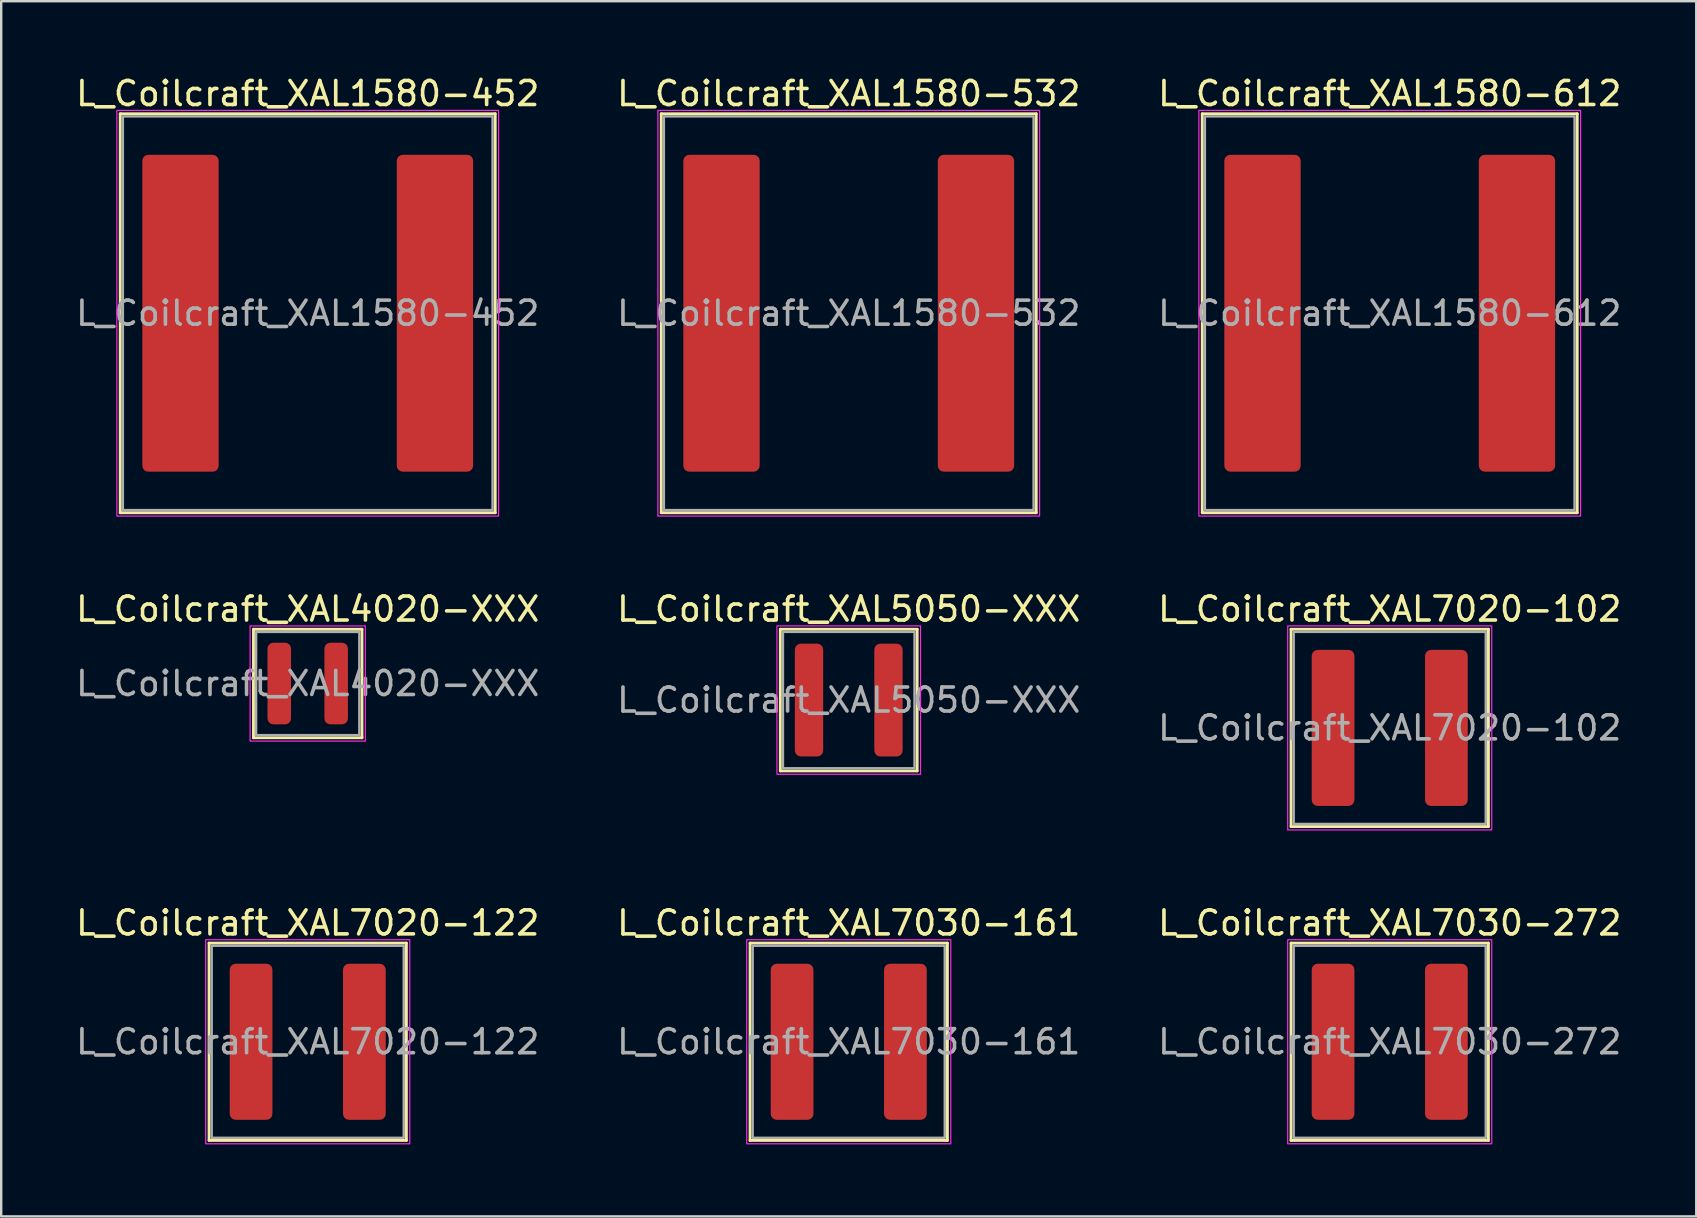
<source format=kicad_pcb>
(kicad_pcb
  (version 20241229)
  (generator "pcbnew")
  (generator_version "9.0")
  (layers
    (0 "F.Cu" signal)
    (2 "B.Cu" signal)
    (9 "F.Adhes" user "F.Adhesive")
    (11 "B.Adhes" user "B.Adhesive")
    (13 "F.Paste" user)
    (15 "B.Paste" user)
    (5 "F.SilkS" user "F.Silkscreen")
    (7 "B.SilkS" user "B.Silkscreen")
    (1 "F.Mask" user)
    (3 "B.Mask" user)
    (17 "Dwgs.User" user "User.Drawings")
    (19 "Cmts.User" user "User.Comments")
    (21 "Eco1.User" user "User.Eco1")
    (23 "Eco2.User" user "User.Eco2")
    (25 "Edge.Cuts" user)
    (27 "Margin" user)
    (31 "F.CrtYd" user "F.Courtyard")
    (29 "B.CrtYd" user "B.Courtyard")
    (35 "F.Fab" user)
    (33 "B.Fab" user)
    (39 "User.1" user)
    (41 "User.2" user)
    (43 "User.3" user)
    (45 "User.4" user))
  (footprint "L_Coilcraft_XAL7020-122"
    (layer "F.Cu")
    (at 9.768 40.345)
    (property "Reference" "L_Coilcraft_XAL7020-122" (at 0 -4.95 0) (layer "F.SilkS") (effects (font (size 1 1) (thickness 0.15))))
    (attr smd)
    (fp_line (start -4.11 -4.11) (end 4.11 -4.11) (stroke (width 0.12) (type solid)) (layer "F.SilkS"))
    (fp_line (start -4.11 4.11) (end -4.11 -4.11) (stroke (width 0.12) (type solid)) (layer "F.SilkS"))
    (fp_line (start 4.11 -4.11) (end 4.11 4.11) (stroke (width 0.12) (type solid)) (layer "F.SilkS"))
    (fp_line (start 4.11 4.11) (end -4.11 4.11) (stroke (width 0.12) (type solid)) (layer "F.SilkS"))
    (fp_rect (start -4.25 -4.25) (end 4.25 4.25) (stroke (width 0.05) (type solid)) (fill no) (layer "F.CrtYd"))
    (fp_rect (start -4 -4) (end 4 4) (stroke (width 0.1) (type solid)) (fill no) (layer "F.Fab"))
    (fp_text user "${REFERENCE}" (at 0 0 0) (layer "F.Fab") (effects (font (size 1 1) (thickness 0.15))))
    (pad "1" smd roundrect (at -2.36 0) (size 1.78 6.5) (layers "F.Cu" "F.Mask" "F.Paste") (roundrect_rratio 0.14))
    (pad "2" smd roundrect (at 2.36 0) (size 1.78 6.5) (layers "F.Cu" "F.Mask" "F.Paste") (roundrect_rratio 0.14)))
  (footprint "L_Coilcraft_XAL4020-XXX"
    (layer "F.Cu")
    (at 9.768 25.422)
    (property "Reference" "L_Coilcraft_XAL4020-XXX" (at 0 -3.1 0) (layer "F.SilkS") (effects (font (size 1 1) (thickness 0.15))))
    (attr smd)
    (fp_line (start -2.26 -2.26) (end 2.26 -2.26) (stroke (width 0.12) (type solid)) (layer "F.SilkS"))
    (fp_line (start -2.26 2.26) (end -2.26 -2.26) (stroke (width 0.12) (type solid)) (layer "F.SilkS"))
    (fp_line (start 2.26 -2.26) (end 2.26 2.26) (stroke (width 0.12) (type solid)) (layer "F.SilkS"))
    (fp_line (start 2.26 2.26) (end -2.26 2.26) (stroke (width 0.12) (type solid)) (layer "F.SilkS"))
    (fp_rect (start -2.4 -2.4) (end 2.4 2.4) (stroke (width 0.05) (type solid)) (fill no) (layer "F.CrtYd"))
    (fp_rect (start -2.15 -2.15) (end 2.15 2.15) (stroke (width 0.1) (type solid)) (fill no) (layer "F.Fab"))
    (fp_text user "${REFERENCE}" (at 0 0 0) (layer "F.Fab") (effects (font (size 1 1) (thickness 0.15))))
    (pad "1" smd roundrect (at -1.185 0) (size 0.98 3.4) (layers "F.Cu" "F.Mask" "F.Paste") (roundrect_rratio 0.25))
    (pad "2" smd roundrect (at 1.185 0) (size 0.98 3.4) (layers "F.Cu" "F.Mask" "F.Paste") (roundrect_rratio 0.25)))
  (footprint "L_Coilcraft_XAL1580-532"
    (layer "F.Cu")
    (at 32.304 9.998)
    (property "Reference" "L_Coilcraft_XAL1580-532" (at 0 -9.15 0) (layer "F.SilkS") (effects (font (size 1 1) (thickness 0.15))))
    (attr smd)
    (fp_line (start -7.81 -8.31) (end 7.81 -8.31) (stroke (width 0.12) (type solid)) (layer "F.SilkS"))
    (fp_line (start -7.81 8.31) (end -7.81 -8.31) (stroke (width 0.12) (type solid)) (layer "F.SilkS"))
    (fp_line (start 7.81 -8.31) (end 7.81 8.31) (stroke (width 0.12) (type solid)) (layer "F.SilkS"))
    (fp_line (start 7.81 8.31) (end -7.81 8.31) (stroke (width 0.12) (type solid)) (layer "F.SilkS"))
    (fp_rect (start -7.95 -8.45) (end 7.95 8.45) (stroke (width 0.05) (type solid)) (fill no) (layer "F.CrtYd"))
    (fp_rect (start -7.7 -8.2) (end 7.7 8.2) (stroke (width 0.1) (type solid)) (fill no) (layer "F.Fab"))
    (fp_text user "${REFERENCE}" (at 0 0 0) (layer "F.Fab") (effects (font (size 1 1) (thickness 0.15))))
    (pad "1" smd roundrect (at -5.3 0) (size 3.18 13.2) (layers "F.Cu" "F.Mask" "F.Paste") (roundrect_rratio 0.079))
    (pad "2" smd roundrect (at 5.3 0) (size 3.18 13.2) (layers "F.Cu" "F.Mask" "F.Paste") (roundrect_rratio 0.079)))
  (footprint "L_Coilcraft_XAL1580-452"
    (layer "F.Cu")
    (at 9.768 9.998)
    (property "Reference" "L_Coilcraft_XAL1580-452" (at 0 -9.15 0) (layer "F.SilkS") (effects (font (size 1 1) (thickness 0.15))))
    (attr smd)
    (fp_line (start -7.81 -8.31) (end 7.81 -8.31) (stroke (width 0.12) (type solid)) (layer "F.SilkS"))
    (fp_line (start -7.81 8.31) (end -7.81 -8.31) (stroke (width 0.12) (type solid)) (layer "F.SilkS"))
    (fp_line (start 7.81 -8.31) (end 7.81 8.31) (stroke (width 0.12) (type solid)) (layer "F.SilkS"))
    (fp_line (start 7.81 8.31) (end -7.81 8.31) (stroke (width 0.12) (type solid)) (layer "F.SilkS"))
    (fp_rect (start -7.95 -8.45) (end 7.95 8.45) (stroke (width 0.05) (type solid)) (fill no) (layer "F.CrtYd"))
    (fp_rect (start -7.7 -8.2) (end 7.7 8.2) (stroke (width 0.1) (type solid)) (fill no) (layer "F.Fab"))
    (fp_text user "${REFERENCE}" (at 0 0 0) (layer "F.Fab") (effects (font (size 1 1) (thickness 0.15))))
    (pad "1" smd roundrect (at -5.3 0) (size 3.18 13.2) (layers "F.Cu" "F.Mask" "F.Paste") (roundrect_rratio 0.079))
    (pad "2" smd roundrect (at 5.3 0) (size 3.18 13.2) (layers "F.Cu" "F.Mask" "F.Paste") (roundrect_rratio 0.079)))
  (footprint "L_Coilcraft_XAL5050-XXX"
    (layer "F.Cu")
    (at 32.304 26.111)
    (property "Reference" "L_Coilcraft_XAL5050-XXX" (at 0 -3.79 0) (layer "F.SilkS") (effects (font (size 1 1) (thickness 0.15))))
    (attr smd)
    (fp_line (start -2.85 -2.95) (end 2.85 -2.95) (stroke (width 0.12) (type solid)) (layer "F.SilkS"))
    (fp_line (start -2.85 2.95) (end -2.85 -2.95) (stroke (width 0.12) (type solid)) (layer "F.SilkS"))
    (fp_line (start 2.85 -2.95) (end 2.85 2.95) (stroke (width 0.12) (type solid)) (layer "F.SilkS"))
    (fp_line (start 2.85 2.95) (end -2.85 2.95) (stroke (width 0.12) (type solid)) (layer "F.SilkS"))
    (fp_rect (start -2.99 -3.09) (end 2.99 3.09) (stroke (width 0.05) (type solid)) (fill no) (layer "F.CrtYd"))
    (fp_rect (start -2.74 -2.84) (end 2.74 2.84) (stroke (width 0.1) (type solid)) (fill no) (layer "F.Fab"))
    (fp_text user "${REFERENCE}" (at 0 0 0) (layer "F.Fab") (effects (font (size 1 1) (thickness 0.15))))
    (pad "1" smd roundrect (at -1.655 0) (size 1.18 4.7) (layers "F.Cu" "F.Mask" "F.Paste") (roundrect_rratio 0.212))
    (pad "2" smd roundrect (at 1.655 0) (size 1.18 4.7) (layers "F.Cu" "F.Mask" "F.Paste") (roundrect_rratio 0.212)))
  (footprint "L_Coilcraft_XAL7030-272"
    (layer "F.Cu")
    (at 54.839 40.345)
    (property "Reference" "L_Coilcraft_XAL7030-272" (at 0 -4.95 0) (layer "F.SilkS") (effects (font (size 1 1) (thickness 0.15))))
    (attr smd)
    (fp_line (start -4.11 -4.11) (end 4.11 -4.11) (stroke (width 0.12) (type solid)) (layer "F.SilkS"))
    (fp_line (start -4.11 4.11) (end -4.11 -4.11) (stroke (width 0.12) (type solid)) (layer "F.SilkS"))
    (fp_line (start 4.11 -4.11) (end 4.11 4.11) (stroke (width 0.12) (type solid)) (layer "F.SilkS"))
    (fp_line (start 4.11 4.11) (end -4.11 4.11) (stroke (width 0.12) (type solid)) (layer "F.SilkS"))
    (fp_rect (start -4.25 -4.25) (end 4.25 4.25) (stroke (width 0.05) (type solid)) (fill no) (layer "F.CrtYd"))
    (fp_rect (start -4 -4) (end 4 4) (stroke (width 0.1) (type solid)) (fill no) (layer "F.Fab"))
    (fp_text user "${REFERENCE}" (at 0 0 0) (layer "F.Fab") (effects (font (size 1 1) (thickness 0.15))))
    (pad "1" smd roundrect (at -2.36 0) (size 1.78 6.5) (layers "F.Cu" "F.Mask" "F.Paste") (roundrect_rratio 0.14))
    (pad "2" smd roundrect (at 2.36 0) (size 1.78 6.5) (layers "F.Cu" "F.Mask" "F.Paste") (roundrect_rratio 0.14)))
  (footprint "L_Coilcraft_XAL7030-161"
    (layer "F.Cu")
    (at 32.304 40.345)
    (property "Reference" "L_Coilcraft_XAL7030-161" (at 0 -4.95 0) (layer "F.SilkS") (effects (font (size 1 1) (thickness 0.15))))
    (attr smd)
    (fp_line (start -4.11 -4.11) (end 4.11 -4.11) (stroke (width 0.12) (type solid)) (layer "F.SilkS"))
    (fp_line (start -4.11 4.11) (end -4.11 -4.11) (stroke (width 0.12) (type solid)) (layer "F.SilkS"))
    (fp_line (start 4.11 -4.11) (end 4.11 4.11) (stroke (width 0.12) (type solid)) (layer "F.SilkS"))
    (fp_line (start 4.11 4.11) (end -4.11 4.11) (stroke (width 0.12) (type solid)) (layer "F.SilkS"))
    (fp_rect (start -4.25 -4.25) (end 4.25 4.25) (stroke (width 0.05) (type solid)) (fill no) (layer "F.CrtYd"))
    (fp_rect (start -4 -4) (end 4 4) (stroke (width 0.1) (type solid)) (fill no) (layer "F.Fab"))
    (fp_text user "${REFERENCE}" (at 0 0 0) (layer "F.Fab") (effects (font (size 1 1) (thickness 0.15))))
    (pad "1" smd roundrect (at -2.36 0) (size 1.78 6.5) (layers "F.Cu" "F.Mask" "F.Paste") (roundrect_rratio 0.14))
    (pad "2" smd roundrect (at 2.36 0) (size 1.78 6.5) (layers "F.Cu" "F.Mask" "F.Paste") (roundrect_rratio 0.14)))
  (footprint "L_Coilcraft_XAL7020-102"
    (layer "F.Cu")
    (at 54.839 27.271)
    (property "Reference" "L_Coilcraft_XAL7020-102" (at 0 -4.95 0) (layer "F.SilkS") (effects (font (size 1 1) (thickness 0.15))))
    (attr smd)
    (fp_line (start -4.11 -4.11) (end 4.11 -4.11) (stroke (width 0.12) (type solid)) (layer "F.SilkS"))
    (fp_line (start -4.11 4.11) (end -4.11 -4.11) (stroke (width 0.12) (type solid)) (layer "F.SilkS"))
    (fp_line (start 4.11 -4.11) (end 4.11 4.11) (stroke (width 0.12) (type solid)) (layer "F.SilkS"))
    (fp_line (start 4.11 4.11) (end -4.11 4.11) (stroke (width 0.12) (type solid)) (layer "F.SilkS"))
    (fp_rect (start -4.25 -4.25) (end 4.25 4.25) (stroke (width 0.05) (type solid)) (fill no) (layer "F.CrtYd"))
    (fp_rect (start -4 -4) (end 4 4) (stroke (width 0.1) (type solid)) (fill no) (layer "F.Fab"))
    (fp_text user "${REFERENCE}" (at 0 0 0) (layer "F.Fab") (effects (font (size 1 1) (thickness 0.15))))
    (pad "1" smd roundrect (at -2.36 0) (size 1.78 6.5) (layers "F.Cu" "F.Mask" "F.Paste") (roundrect_rratio 0.14))
    (pad "2" smd roundrect (at 2.36 0) (size 1.78 6.5) (layers "F.Cu" "F.Mask" "F.Paste") (roundrect_rratio 0.14)))
  (footprint "L_Coilcraft_XAL1580-612"
    (layer "F.Cu")
    (at 54.839 9.998)
    (property "Reference" "L_Coilcraft_XAL1580-612" (at 0 -9.15 0) (layer "F.SilkS") (effects (font (size 1 1) (thickness 0.15))))
    (attr smd)
    (fp_line (start -7.81 -8.31) (end 7.81 -8.31) (stroke (width 0.12) (type solid)) (layer "F.SilkS"))
    (fp_line (start -7.81 8.31) (end -7.81 -8.31) (stroke (width 0.12) (type solid)) (layer "F.SilkS"))
    (fp_line (start 7.81 -8.31) (end 7.81 8.31) (stroke (width 0.12) (type solid)) (layer "F.SilkS"))
    (fp_line (start 7.81 8.31) (end -7.81 8.31) (stroke (width 0.12) (type solid)) (layer "F.SilkS"))
    (fp_rect (start -7.95 -8.45) (end 7.95 8.45) (stroke (width 0.05) (type solid)) (fill no) (layer "F.CrtYd"))
    (fp_rect (start -7.7 -8.2) (end 7.7 8.2) (stroke (width 0.1) (type solid)) (fill no) (layer "F.Fab"))
    (fp_text user "${REFERENCE}" (at 0 0 0) (layer "F.Fab") (effects (font (size 1 1) (thickness 0.15))))
    (pad "1" smd roundrect (at -5.3 0) (size 3.18 13.2) (layers "F.Cu" "F.Mask" "F.Paste") (roundrect_rratio 0.079))
    (pad "2" smd roundrect (at 5.3 0) (size 3.18 13.2) (layers "F.Cu" "F.Mask" "F.Paste") (roundrect_rratio 0.079)))
  (gr_rect
    (start -3 -3)
    (end 67.607 47.62)
    (stroke (width 0.1) (type default))
    (fill no)
    (layer "Edge.Cuts")))
</source>
